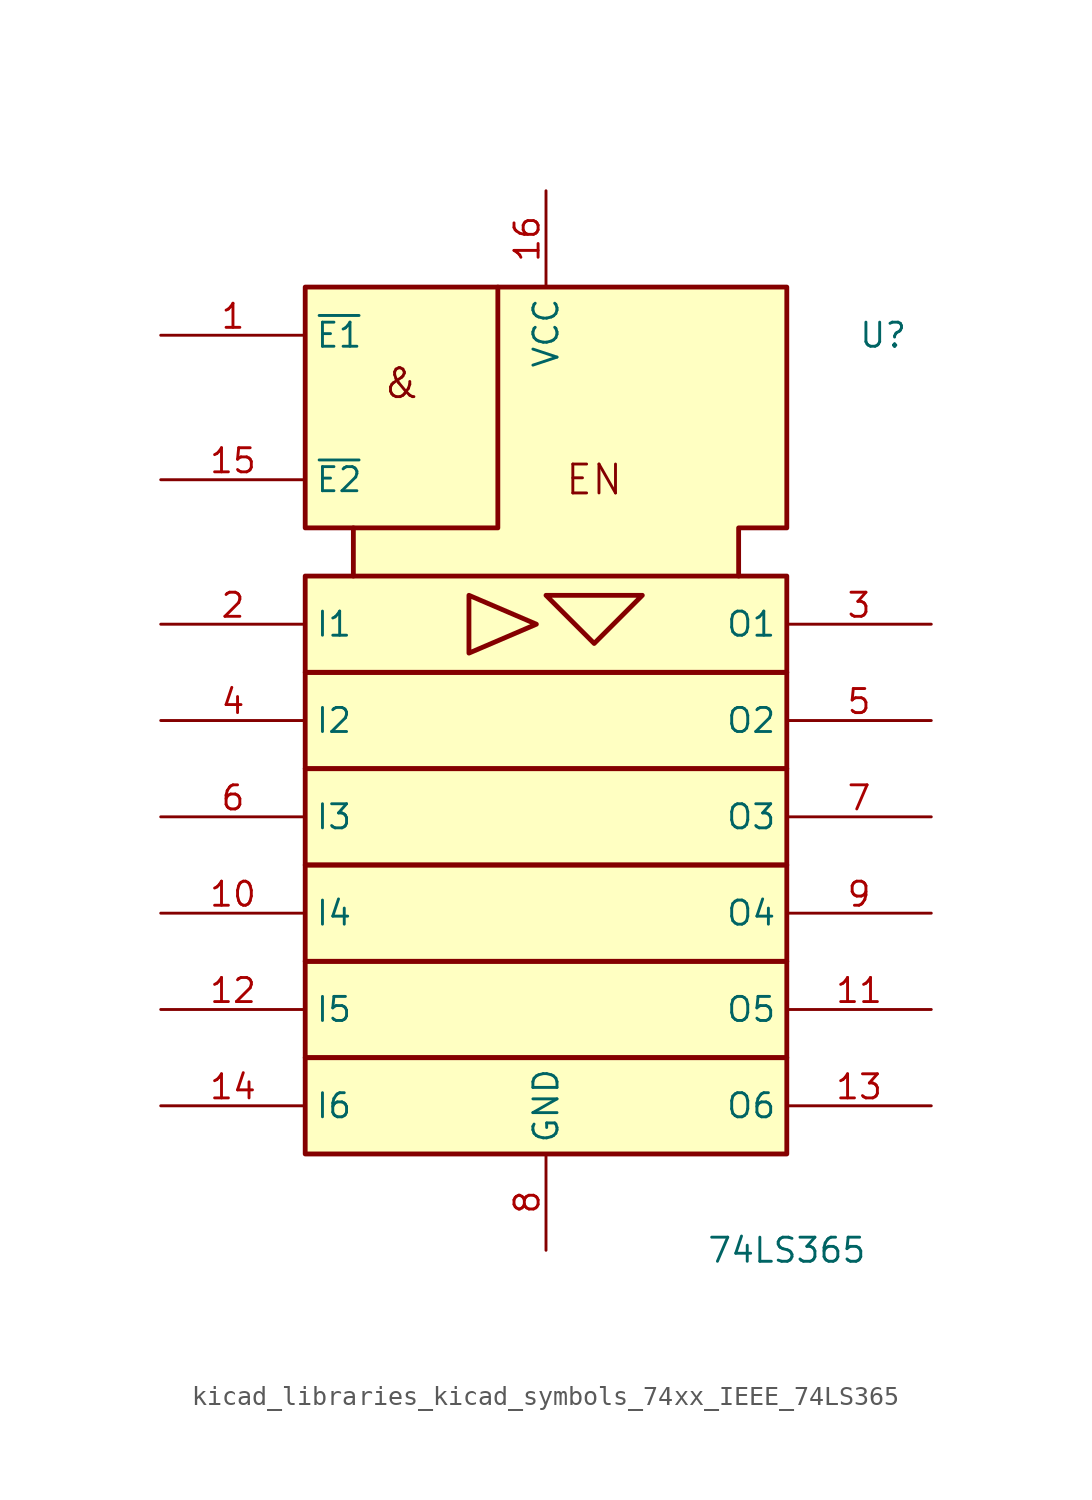
<source format=kicad_sym>
(kicad_symbol_lib
  (version 20220914)
  (generator kicad_symbol_editor)
  (symbol "kicad_libraries_kicad_symbols_74xx_IEEE_74LS365"
    (property "Reference" "U"
      (at 17.78 25.4 0)
      (effects (font (size 1.27 1.27))))
    (property "Value" "74LS365"
      (at 12.7 -22.86 0)
      (effects (font (size 1.27 1.27))))
    (symbol "kicad_libraries_kicad_symbols_74xx_IEEE_74LS365_0_0"
      (polyline (pts (xy -4.064 11.684) (xy -4.064 8.636) (xy -0.508 10.16) (xy -4.064 11.684) (xy -4.064 11.684)) (stroke (width 0.254) (type default)) (fill (type background)))
      (text "&" (at -7.62 22.86 0) (effects (font (size 1.524 1.524))))
      (text "EN" (at 2.54 17.78 0) (effects (font (size 1.524 1.524))))
      (pin power_in line (at 0 -22.86 90) (length 5.08) (name "GND" (effects (font (size 1.27 1.27)))) (number "8" (effects (font (size 1.27 1.27))))))
    (symbol "kicad_libraries_kicad_symbols_74xx_IEEE_74LS365_0_1"
      (rectangle (start -12.7 -12.7) (end 12.7 -17.78) (stroke (width 0.254) (type default)) (fill (type background)))
      (rectangle (start -12.7 -7.62) (end 12.7 -12.7) (stroke (width 0.254) (type default)) (fill (type background)))
      (rectangle (start -12.7 -2.54) (end 12.7 -7.62) (stroke (width 0.254) (type default)) (fill (type background)))
      (rectangle (start -12.7 2.54) (end 12.7 -2.54) (stroke (width 0.254) (type default)) (fill (type background)))
      (rectangle (start -12.7 7.62) (end 12.7 2.54) (stroke (width 0.254) (type default)) (fill (type background)))
      (rectangle (start -12.7 12.7) (end 12.7 7.62) (stroke (width 0.254) (type default)) (fill (type background)))
      (polyline (pts (xy -2.54 27.94) (xy -2.54 15.24) (xy -10.16 15.24) (xy -10.16 15.24)) (stroke (width 0.254) (type default)) (fill (type background)))
      (polyline (pts (xy 0 11.684) (xy 5.08 11.684) (xy 2.54 9.144) (xy 0 11.684) (xy 0 11.684)) (stroke (width 0.254) (type default)) (fill (type background)))
      (polyline (pts (xy -10.16 12.7) (xy -10.16 15.24) (xy -12.7 15.24) (xy -12.7 27.94) (xy 12.7 27.94) (xy 12.7 15.24) (xy 10.16 15.24) (xy 10.16 12.7) (xy 10.16 12.7)) (stroke (width 0.254) (type default)) (fill (type background)))
      (pin power_in line (at 0 33.02 270) (length 5.08) (name "VCC" (effects (font (size 1.27 1.27)))) (number "16" (effects (font (size 1.27 1.27))))))
    (symbol "kicad_libraries_kicad_symbols_74xx_IEEE_74LS365_1_1"
      (pin input line (at -20.32 25.4 0) (length 7.62) (name "~{E1}" (effects (font (size 1.27 1.27)))) (number "1" (effects (font (size 1.27 1.27)))))
      (pin input line (at -20.32 -5.08 0) (length 7.62) (name "I4" (effects (font (size 1.27 1.27)))) (number "10" (effects (font (size 1.27 1.27)))))
      (pin tri_state line (at 20.32 -10.16 180) (length 7.62) (name "O5" (effects (font (size 1.27 1.27)))) (number "11" (effects (font (size 1.27 1.27)))))
      (pin input line (at -20.32 -10.16 0) (length 7.62) (name "I5" (effects (font (size 1.27 1.27)))) (number "12" (effects (font (size 1.27 1.27)))))
      (pin tri_state line (at 20.32 -15.24 180) (length 7.62) (name "O6" (effects (font (size 1.27 1.27)))) (number "13" (effects (font (size 1.27 1.27)))))
      (pin input line (at -20.32 -15.24 0) (length 7.62) (name "I6" (effects (font (size 1.27 1.27)))) (number "14" (effects (font (size 1.27 1.27)))))
      (pin input line (at -20.32 17.78 0) (length 7.62) (name "~{E2}" (effects (font (size 1.27 1.27)))) (number "15" (effects (font (size 1.27 1.27)))))
      (pin input line (at -20.32 10.16 0) (length 7.62) (name "I1" (effects (font (size 1.27 1.27)))) (number "2" (effects (font (size 1.27 1.27)))))
      (pin tri_state line (at 20.32 10.16 180) (length 7.62) (name "O1" (effects (font (size 1.27 1.27)))) (number "3" (effects (font (size 1.27 1.27)))))
      (pin input line (at -20.32 5.08 0) (length 7.62) (name "I2" (effects (font (size 1.27 1.27)))) (number "4" (effects (font (size 1.27 1.27)))))
      (pin tri_state line (at 20.32 5.08 180) (length 7.62) (name "O2" (effects (font (size 1.27 1.27)))) (number "5" (effects (font (size 1.27 1.27)))))
      (pin input line (at -20.32 0 0) (length 7.62) (name "I3" (effects (font (size 1.27 1.27)))) (number "6" (effects (font (size 1.27 1.27)))))
      (pin tri_state line (at 20.32 0 180) (length 7.62) (name "O3" (effects (font (size 1.27 1.27)))) (number "7" (effects (font (size 1.27 1.27)))))
      (pin tri_state line (at 20.32 -5.08 180) (length 7.62) (name "O4" (effects (font (size 1.27 1.27)))) (number "9" (effects (font (size 1.27 1.27))))))))
</source>
